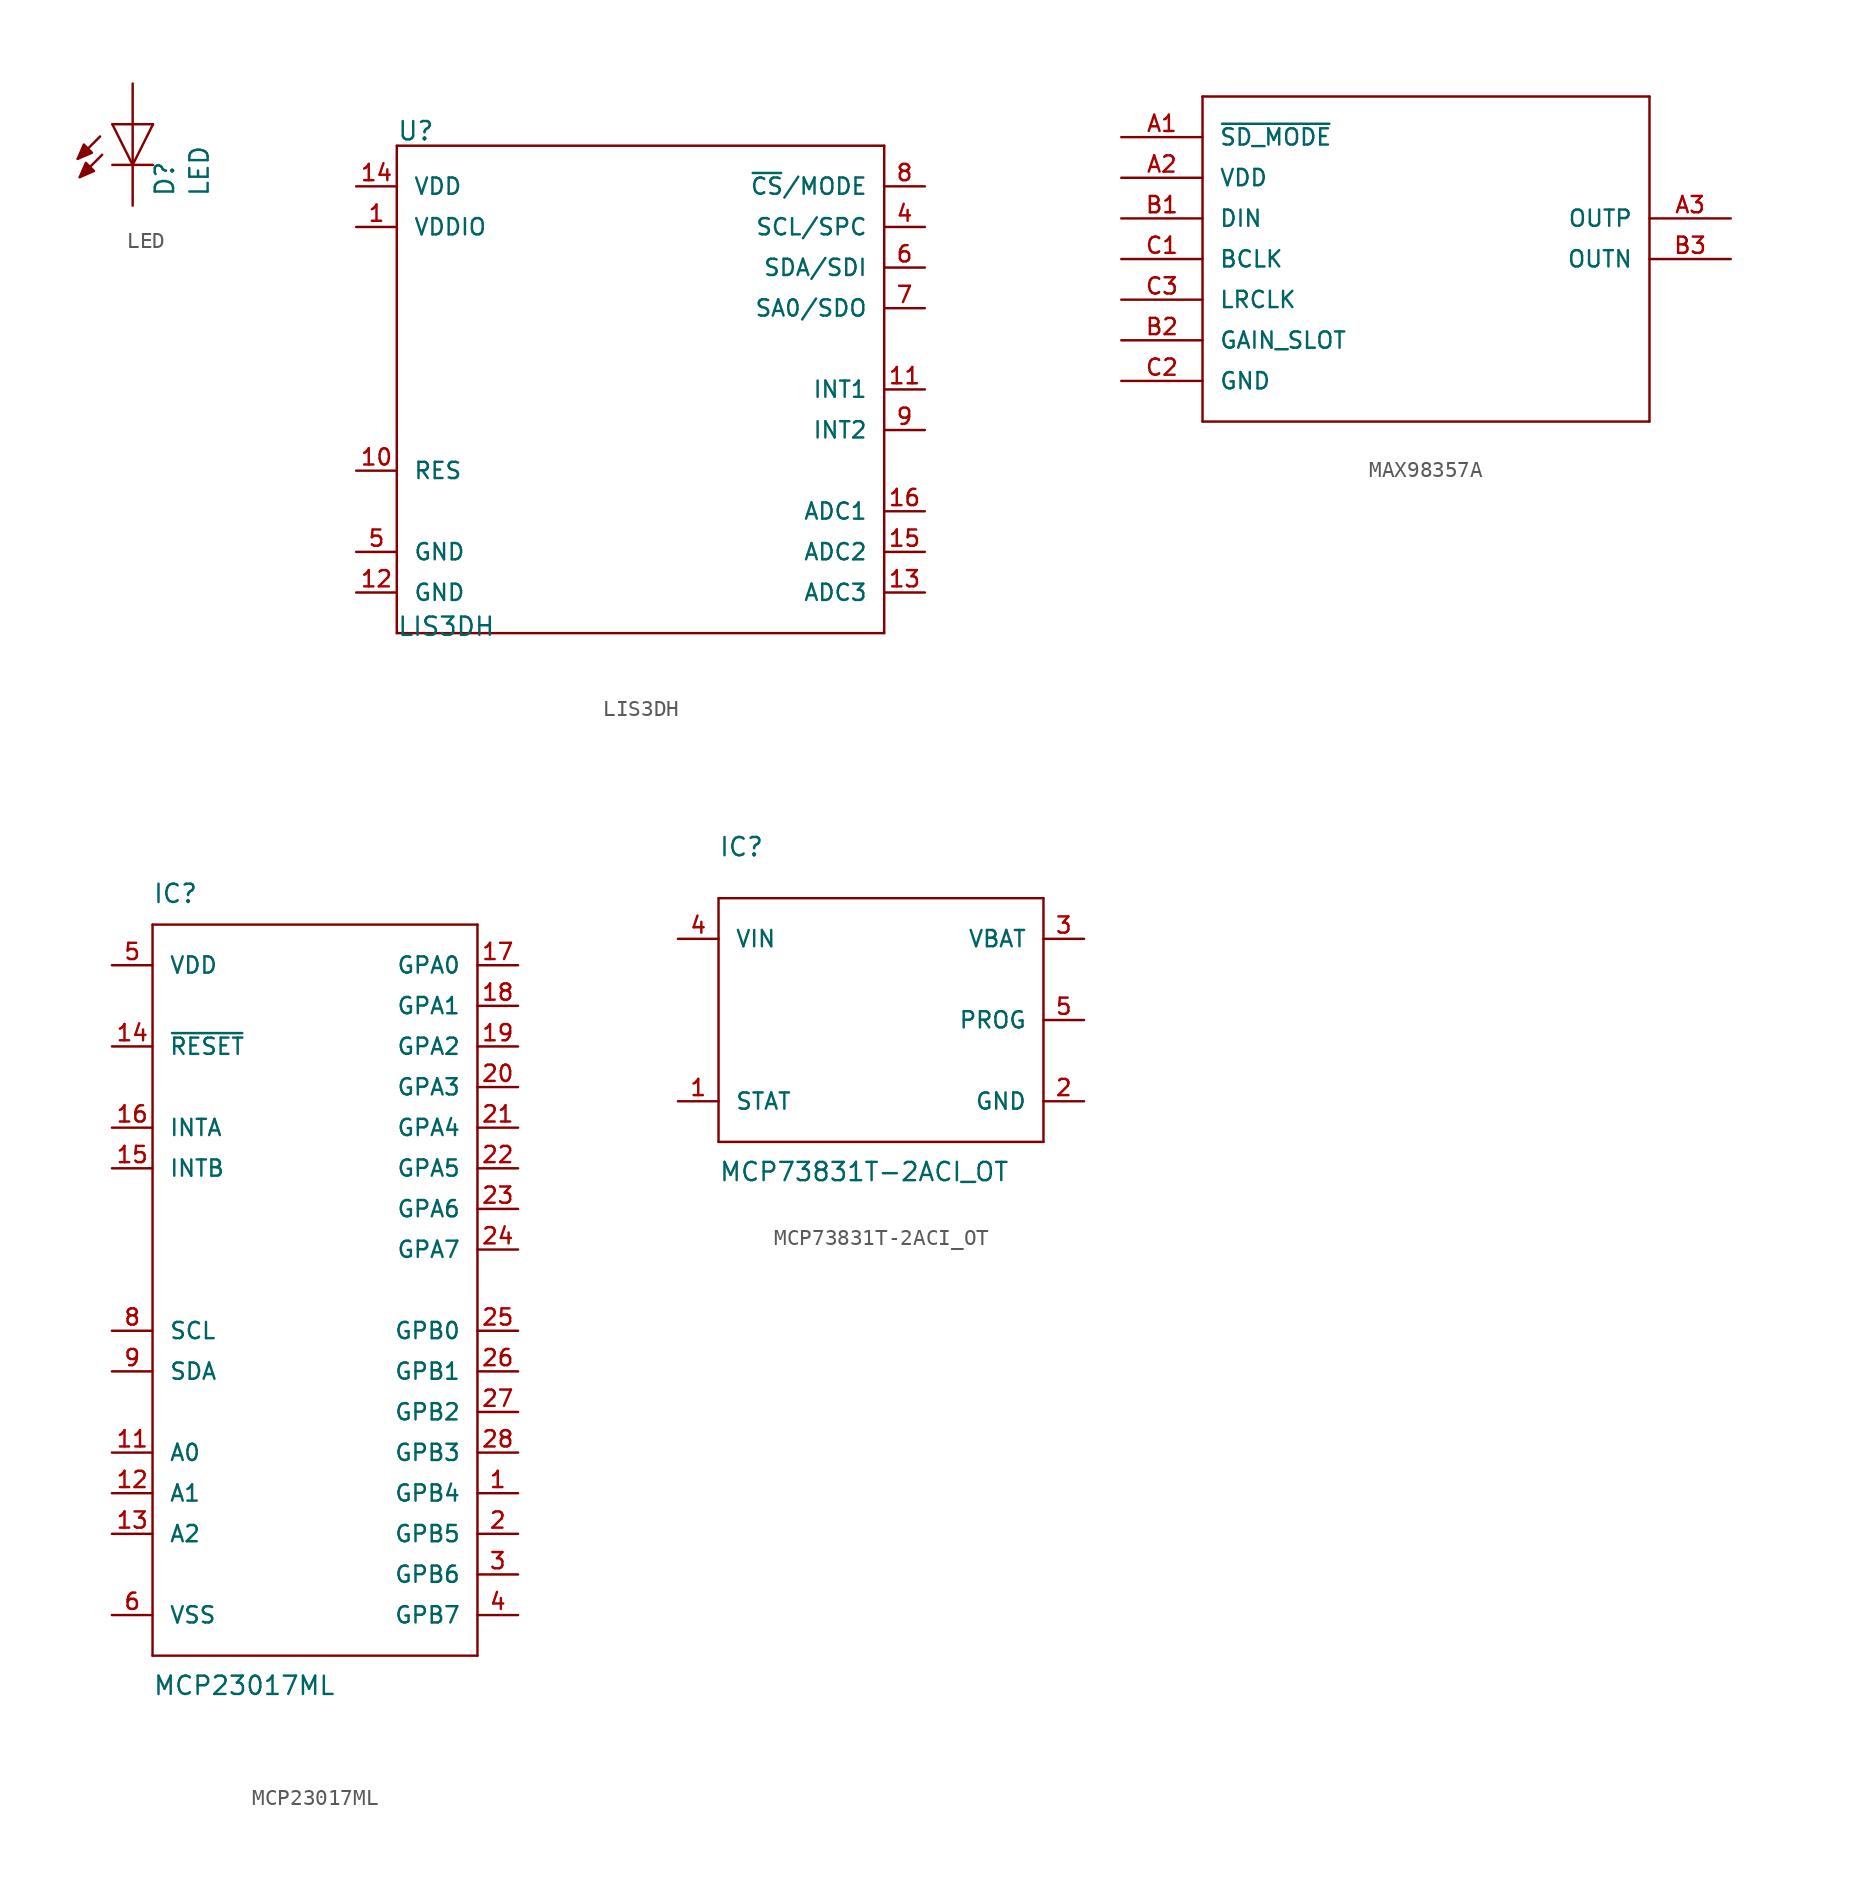
<source format=kicad_sym>
(kicad_symbol_lib
  (version 20241209)
  (generator "kicad_symbol_editor")
  (generator_version "9.0")
  (symbol "LED"
    (pin_numbers
      (hide yes))
    (pin_names
      (offset 1.016)
      (hide yes))
    (property "Reference" "D"
      (at 2.667 -4.572 90)
      (effects (font (size 1.143 1.143)) (justify left bottom)))
    (property "Value" "LED"
      (at 4.826 -4.572 90)
      (effects (font (size 1.143 1.143)) (justify left bottom)))
    (property "ki_locked" ""
      (at 0 0 0)
      (effects (font (size 1.27 1.27))))
    (symbol "LED_1_0"
      (polyline (pts (xy -2.032 -0.762) (xy -3.429 -2.159)) (stroke (width 0) (type solid)) (fill (type none)))
      (polyline (pts (xy -1.905 -1.905) (xy -3.302 -3.302)) (stroke (width 0) (type solid)) (fill (type none)))
      (polyline (pts (xy 0 0) (xy -1.27 0)) (stroke (width 0) (type solid)) (fill (type none)))
      (polyline (pts (xy 0 0) (xy 0 -2.54)) (stroke (width 0) (type solid)) (fill (type none)))
      (polyline (pts (xy 0 -2.54) (xy -1.27 0)) (stroke (width 0) (type solid)) (fill (type none)))
      (polyline (pts (xy 0 -2.54) (xy -1.27 -2.54)) (stroke (width 0) (type solid)) (fill (type none)))
      (polyline (pts (xy 1.27 0) (xy 0 0)) (stroke (width 0) (type solid)) (fill (type none)))
      (polyline (pts (xy 1.27 0) (xy 0 -2.54)) (stroke (width 0) (type solid)) (fill (type none)))
      (polyline (pts (xy 1.27 -2.54) (xy 0 -2.54)) (stroke (width 0) (type solid)) (fill (type none))))
    (symbol "LED_1_1"
      (polyline (pts (xy -3.429 -2.159) (xy -3.048 -1.27) (xy -3.048 -1.27) (xy -2.54 -1.778) (xy -2.54 -1.778) (xy -3.429 -2.159)) (stroke (width 0) (type solid)) (fill (type outline)))
      (polyline (pts (xy -3.302 -3.302) (xy -2.921 -2.413) (xy -2.921 -2.413) (xy -2.413 -2.921) (xy -2.413 -2.921) (xy -3.302 -3.302)) (stroke (width 0) (type solid)) (fill (type outline)))
      (pin passive line (at 0 2.54 270) (length 2.54) (name "A" (effects (font (size 1.016 1.016)))) (number "A" (effects (font (size 1.016 1.016)))))
      (pin passive line (at 0 -5.08 90) (length 2.54) (name "C" (effects (font (size 1.016 1.016)))) (number "K" (effects (font (size 1.016 1.016)))))))
  (symbol "LIS3DH"
    (pin_names
      (offset 1.016))
    (property "Reference" "U"
      (at -15.24 15.494 0)
      (effects (font (size 1.143 1.143)) (justify left bottom)))
    (property "Value" "LIS3DH"
      (at -15.24 -15.494 0)
      (effects (font (size 1.143 1.143)) (justify left bottom)))
    (property "ki_locked" ""
      (at 0 0 0)
      (effects (font (size 1.27 1.27))))
    (symbol "LIS3DH_1_0"
      (polyline (pts (xy -15.24 15.24) (xy 15.24 15.24)) (stroke (width 0) (type solid)) (fill (type none)))
      (polyline (pts (xy -15.24 -15.24) (xy -15.24 15.24)) (stroke (width 0) (type solid)) (fill (type none)))
      (polyline (pts (xy 15.24 15.24) (xy 15.24 -15.24)) (stroke (width 0) (type solid)) (fill (type none)))
      (polyline (pts (xy 15.24 -15.24) (xy -15.24 -15.24)) (stroke (width 0) (type solid)) (fill (type none))))
    (symbol "LIS3DH_1_1"
      (pin bidirectional line (at -17.78 12.7 0) (length 2.54) (name "VDD" (effects (font (size 1.016 1.016)))) (number "14" (effects (font (size 1.016 1.016)))))
      (pin bidirectional line (at -17.78 10.16 0) (length 2.54) (name "VDDIO" (effects (font (size 1.016 1.016)))) (number "1" (effects (font (size 1.016 1.016)))))
      (pin bidirectional line (at -17.78 -5.08 0) (length 2.54) (name "RES" (effects (font (size 1.016 1.016)))) (number "10" (effects (font (size 1.016 1.016)))))
      (pin bidirectional line (at -17.78 -10.16 0) (length 2.54) (name "GND" (effects (font (size 1.016 1.016)))) (number "5" (effects (font (size 1.016 1.016)))))
      (pin bidirectional line (at -17.78 -12.7 0) (length 2.54) (name "GND" (effects (font (size 1.016 1.016)))) (number "12" (effects (font (size 1.016 1.016)))))
      (pin bidirectional line (at 17.78 12.7 180) (length 2.54) (name "~{CS}/MODE" (effects (font (size 1.016 1.016)))) (number "8" (effects (font (size 1.016 1.016)))))
      (pin bidirectional line (at 17.78 10.16 180) (length 2.54) (name "SCL/SPC" (effects (font (size 1.016 1.016)))) (number "4" (effects (font (size 1.016 1.016)))))
      (pin bidirectional line (at 17.78 7.62 180) (length 2.54) (name "SDA/SDI" (effects (font (size 1.016 1.016)))) (number "6" (effects (font (size 1.016 1.016)))))
      (pin bidirectional line (at 17.78 5.08 180) (length 2.54) (name "SA0/SDO" (effects (font (size 1.016 1.016)))) (number "7" (effects (font (size 1.016 1.016)))))
      (pin bidirectional line (at 17.78 0 180) (length 2.54) (name "INT1" (effects (font (size 1.016 1.016)))) (number "11" (effects (font (size 1.016 1.016)))))
      (pin bidirectional line (at 17.78 -2.54 180) (length 2.54) (name "INT2" (effects (font (size 1.016 1.016)))) (number "9" (effects (font (size 1.016 1.016)))))
      (pin bidirectional line (at 17.78 -7.62 180) (length 2.54) (name "ADC1" (effects (font (size 1.016 1.016)))) (number "16" (effects (font (size 1.016 1.016)))))
      (pin bidirectional line (at 17.78 -10.16 180) (length 2.54) (name "ADC2" (effects (font (size 1.016 1.016)))) (number "15" (effects (font (size 1.016 1.016)))))
      (pin bidirectional line (at 17.78 -12.7 180) (length 2.54) (name "ADC3" (effects (font (size 1.016 1.016)))) (number "13" (effects (font (size 1.016 1.016)))))))
  (symbol "MAX98357A"
    (pin_names
      (offset 1.016))
    (property "Reference" "U"
      (at 0 0 0)
      (effects (font (size 1.143 1.143)) (hide yes)))
    (property "ki_locked" ""
      (at 0 0 0)
      (effects (font (size 1.27 1.27))))
    (symbol "MAX98357A_1_0"
      (polyline (pts (xy -12.7 10.16) (xy -12.7 -10.16)) (stroke (width 0) (type solid)) (fill (type none)))
      (polyline (pts (xy -12.7 -10.16) (xy 15.24 -10.16)) (stroke (width 0) (type solid)) (fill (type none)))
      (polyline (pts (xy 15.24 10.16) (xy -12.7 10.16)) (stroke (width 0) (type solid)) (fill (type none)))
      (polyline (pts (xy 15.24 -10.16) (xy 15.24 10.16)) (stroke (width 0) (type solid)) (fill (type none))))
    (symbol "MAX98357A_1_1"
      (pin bidirectional line (at -17.78 7.62 0) (length 5.08) (name "~{SD_MODE}" (effects (font (size 1.016 1.016)))) (number "A1" (effects (font (size 1.016 1.016)))))
      (pin bidirectional line (at -17.78 5.08 0) (length 5.08) (name "VDD" (effects (font (size 1.016 1.016)))) (number "A2" (effects (font (size 1.016 1.016)))))
      (pin bidirectional line (at -17.78 2.54 0) (length 5.08) (name "DIN" (effects (font (size 1.016 1.016)))) (number "B1" (effects (font (size 1.016 1.016)))))
      (pin bidirectional line (at -17.78 0 0) (length 5.08) (name "BCLK" (effects (font (size 1.016 1.016)))) (number "C1" (effects (font (size 1.016 1.016)))))
      (pin bidirectional line (at -17.78 -2.54 0) (length 5.08) (name "LRCLK" (effects (font (size 1.016 1.016)))) (number "C3" (effects (font (size 1.016 1.016)))))
      (pin bidirectional line (at -17.78 -5.08 0) (length 5.08) (name "GAIN_SLOT" (effects (font (size 1.016 1.016)))) (number "B2" (effects (font (size 1.016 1.016)))))
      (pin bidirectional line (at -17.78 -7.62 0) (length 5.08) (name "GND" (effects (font (size 1.016 1.016)))) (number "C2" (effects (font (size 1.016 1.016)))))
      (pin bidirectional line (at 20.32 2.54 180) (length 5.08) (name "OUTP" (effects (font (size 1.016 1.016)))) (number "A3" (effects (font (size 1.016 1.016)))))
      (pin bidirectional line (at 20.32 0 180) (length 5.08) (name "OUTN" (effects (font (size 1.016 1.016)))) (number "B3" (effects (font (size 1.016 1.016)))))))
  (symbol "MCP23017ML"
    (pin_names
      (offset 1.016))
    (property "Reference" "IC"
      (at -10.16 24.13 0)
      (effects (font (size 1.143 1.143)) (justify left bottom)))
    (property "Value" "MCP23017ML"
      (at -10.16 -25.4 0)
      (effects (font (size 1.143 1.143)) (justify left bottom)))
    (property "ki_locked" ""
      (at 0 0 0)
      (effects (font (size 1.27 1.27))))
    (symbol "MCP23017ML_1_0"
      (polyline (pts (xy -10.16 22.86) (xy 10.16 22.86)) (stroke (width 0) (type solid)) (fill (type none)))
      (polyline (pts (xy -10.16 -22.86) (xy -10.16 22.86)) (stroke (width 0) (type solid)) (fill (type none)))
      (polyline (pts (xy 10.16 22.86) (xy 10.16 -22.86)) (stroke (width 0) (type solid)) (fill (type none)))
      (polyline (pts (xy 10.16 -22.86) (xy -10.16 -22.86)) (stroke (width 0) (type solid)) (fill (type none))))
    (symbol "MCP23017ML_1_1"
      (pin power_in line (at -12.7 20.32 0) (length 2.54) (name "VDD" (effects (font (size 1.016 1.016)))) (number "5" (effects (font (size 1.016 1.016)))))
      (pin input line (at -12.7 15.24 0) (length 2.54) (name "~{RESET}" (effects (font (size 1.016 1.016)))) (number "14" (effects (font (size 1.016 1.016)))))
      (pin output line (at -12.7 10.16 0) (length 2.54) (name "INTA" (effects (font (size 1.016 1.016)))) (number "16" (effects (font (size 1.016 1.016)))))
      (pin output line (at -12.7 7.62 0) (length 2.54) (name "INTB" (effects (font (size 1.016 1.016)))) (number "15" (effects (font (size 1.016 1.016)))))
      (pin input line (at -12.7 -2.54 0) (length 2.54) (name "SCL" (effects (font (size 1.016 1.016)))) (number "8" (effects (font (size 1.016 1.016)))))
      (pin bidirectional line (at -12.7 -5.08 0) (length 2.54) (name "SDA" (effects (font (size 1.016 1.016)))) (number "9" (effects (font (size 1.016 1.016)))))
      (pin input line (at -12.7 -10.16 0) (length 2.54) (name "A0" (effects (font (size 1.016 1.016)))) (number "11" (effects (font (size 1.016 1.016)))))
      (pin input line (at -12.7 -12.7 0) (length 2.54) (name "A1" (effects (font (size 1.016 1.016)))) (number "12" (effects (font (size 1.016 1.016)))))
      (pin input line (at -12.7 -15.24 0) (length 2.54) (name "A2" (effects (font (size 1.016 1.016)))) (number "13" (effects (font (size 1.016 1.016)))))
      (pin power_in line (at -12.7 -20.32 0) (length 2.54) (name "VSS" (effects (font (size 1.016 1.016)))) (number "6" (effects (font (size 1.016 1.016)))))
      (pin bidirectional line (at 12.7 20.32 180) (length 2.54) (name "GPA0" (effects (font (size 1.016 1.016)))) (number "17" (effects (font (size 1.016 1.016)))))
      (pin bidirectional line (at 12.7 17.78 180) (length 2.54) (name "GPA1" (effects (font (size 1.016 1.016)))) (number "18" (effects (font (size 1.016 1.016)))))
      (pin bidirectional line (at 12.7 15.24 180) (length 2.54) (name "GPA2" (effects (font (size 1.016 1.016)))) (number "19" (effects (font (size 1.016 1.016)))))
      (pin bidirectional line (at 12.7 12.7 180) (length 2.54) (name "GPA3" (effects (font (size 1.016 1.016)))) (number "20" (effects (font (size 1.016 1.016)))))
      (pin bidirectional line (at 12.7 10.16 180) (length 2.54) (name "GPA4" (effects (font (size 1.016 1.016)))) (number "21" (effects (font (size 1.016 1.016)))))
      (pin bidirectional line (at 12.7 7.62 180) (length 2.54) (name "GPA5" (effects (font (size 1.016 1.016)))) (number "22" (effects (font (size 1.016 1.016)))))
      (pin bidirectional line (at 12.7 5.08 180) (length 2.54) (name "GPA6" (effects (font (size 1.016 1.016)))) (number "23" (effects (font (size 1.016 1.016)))))
      (pin bidirectional line (at 12.7 2.54 180) (length 2.54) (name "GPA7" (effects (font (size 1.016 1.016)))) (number "24" (effects (font (size 1.016 1.016)))))
      (pin bidirectional line (at 12.7 -2.54 180) (length 2.54) (name "GPB0" (effects (font (size 1.016 1.016)))) (number "25" (effects (font (size 1.016 1.016)))))
      (pin bidirectional line (at 12.7 -5.08 180) (length 2.54) (name "GPB1" (effects (font (size 1.016 1.016)))) (number "26" (effects (font (size 1.016 1.016)))))
      (pin bidirectional line (at 12.7 -7.62 180) (length 2.54) (name "GPB2" (effects (font (size 1.016 1.016)))) (number "27" (effects (font (size 1.016 1.016)))))
      (pin bidirectional line (at 12.7 -10.16 180) (length 2.54) (name "GPB3" (effects (font (size 1.016 1.016)))) (number "28" (effects (font (size 1.016 1.016)))))
      (pin bidirectional line (at 12.7 -12.7 180) (length 2.54) (name "GPB4" (effects (font (size 1.016 1.016)))) (number "1" (effects (font (size 1.016 1.016)))))
      (pin bidirectional line (at 12.7 -15.24 180) (length 2.54) (name "GPB5" (effects (font (size 1.016 1.016)))) (number "2" (effects (font (size 1.016 1.016)))))
      (pin bidirectional line (at 12.7 -17.78 180) (length 2.54) (name "GPB6" (effects (font (size 1.016 1.016)))) (number "3" (effects (font (size 1.016 1.016)))))
      (pin bidirectional line (at 12.7 -20.32 180) (length 2.54) (name "GPB7" (effects (font (size 1.016 1.016)))) (number "4" (effects (font (size 1.016 1.016)))))))
  (symbol "MCP73831T-2ACI_OT"
    (pin_names
      (offset 1.016))
    (property "Reference" "IC"
      (at -10.16 10.16 0)
      (effects (font (size 1.143 1.143)) (justify left bottom)))
    (property "Value" "MCP73831T-2ACI_OT"
      (at -10.16 -10.16 0)
      (effects (font (size 1.143 1.143)) (justify left bottom)))
    (property "ki_locked" ""
      (at 0 0 0)
      (effects (font (size 1.27 1.27))))
    (symbol "MCP73831T-2ACI_OT_1_0"
      (polyline (pts (xy -10.16 7.62) (xy -10.16 -7.62)) (stroke (width 0) (type solid)) (fill (type none)))
      (polyline (pts (xy -10.16 -7.62) (xy 10.16 -7.62)) (stroke (width 0) (type solid)) (fill (type none)))
      (polyline (pts (xy 10.16 7.62) (xy -10.16 7.62)) (stroke (width 0) (type solid)) (fill (type none)))
      (polyline (pts (xy 10.16 -7.62) (xy 10.16 7.62)) (stroke (width 0) (type solid)) (fill (type none))))
    (symbol "MCP73831T-2ACI_OT_1_1"
      (pin power_in line (at -12.7 5.08 0) (length 2.54) (name "VIN" (effects (font (size 1.016 1.016)))) (number "4" (effects (font (size 1.016 1.016)))))
      (pin output line (at -12.7 -5.08 0) (length 2.54) (name "STAT" (effects (font (size 1.016 1.016)))) (number "1" (effects (font (size 1.016 1.016)))))
      (pin passive line (at 12.7 5.08 180) (length 2.54) (name "VBAT" (effects (font (size 1.016 1.016)))) (number "3" (effects (font (size 1.016 1.016)))))
      (pin passive line (at 12.7 0 180) (length 2.54) (name "PROG" (effects (font (size 1.016 1.016)))) (number "5" (effects (font (size 1.016 1.016)))))
      (pin power_in line (at 12.7 -5.08 180) (length 2.54) (name "GND" (effects (font (size 1.016 1.016)))) (number "2" (effects (font (size 1.016 1.016))))))))
</source>
